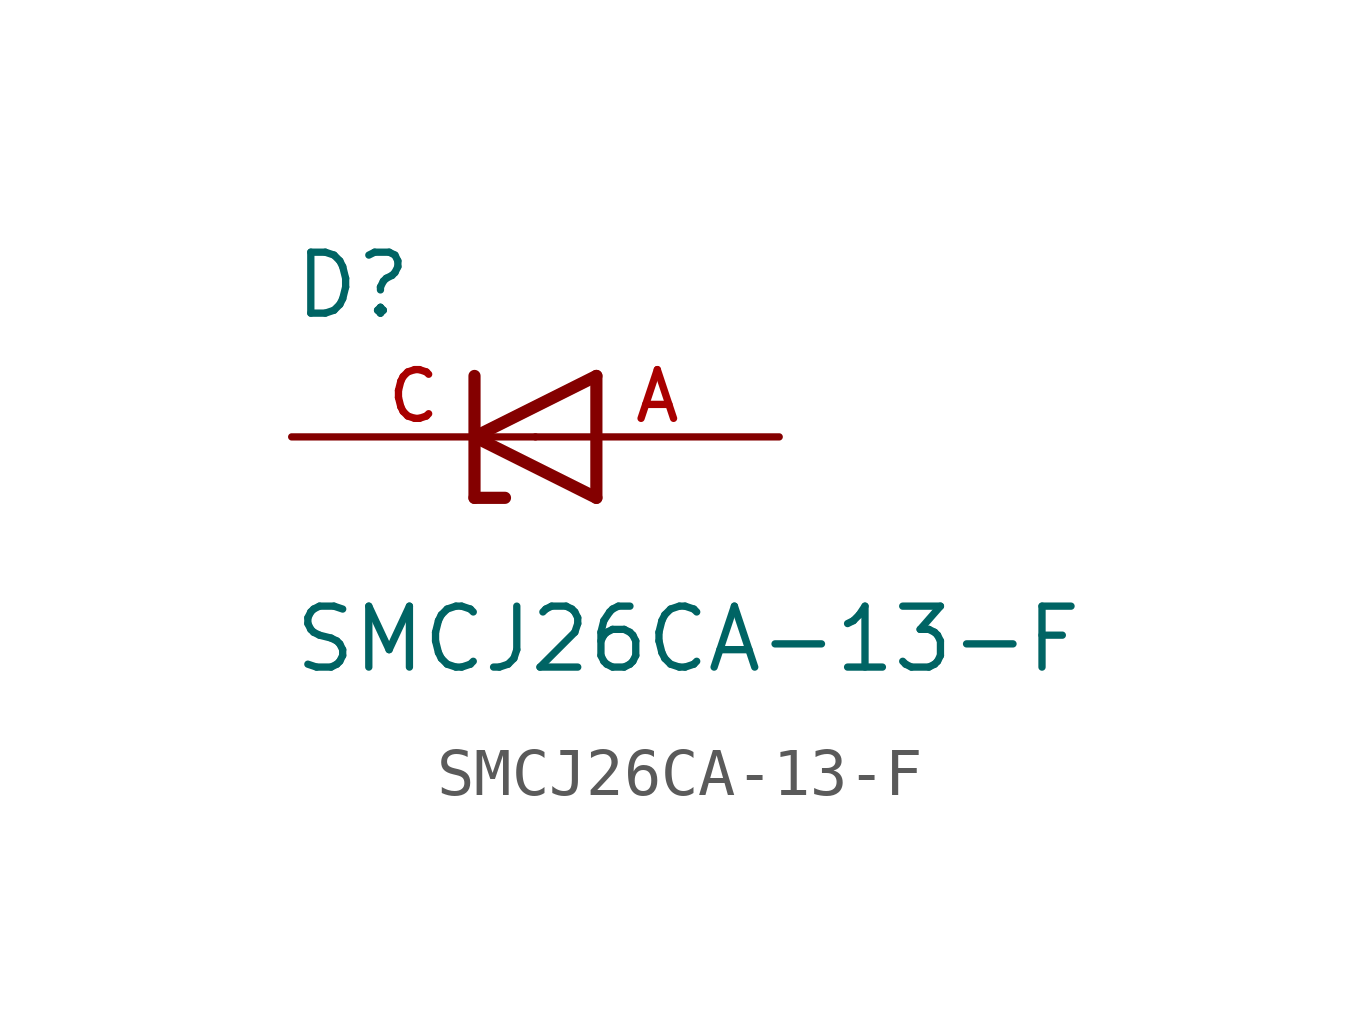
<source format=kicad_sym>
(kicad_symbol_lib
  (version 20211014)
  (generator kicad_symbol_editor)
  (symbol "SMCJ26CA-13-F"
    (pin_names
      (offset 1.016))
    (property "Reference" "D"
      (at -5.084 2.416 0)
      (effects (font (size 1.27 1.27)) (justify bottom left)))
    (property "Value" "SMCJ26CA-13-F"
      (at -5.085 -4.961 0)
      (effects (font (size 1.27 1.27)) (justify bottom left)))
    (symbol "SMCJ26CA-13-F_0_0"
      (polyline (pts (xy 1.27 1.27) (xy -1.27 0.0)) (stroke (width 0.254)))
      (polyline (pts (xy -1.27 0.0) (xy 1.27 -1.27)) (stroke (width 0.254)))
      (polyline (pts (xy -0.635 -1.27) (xy -1.27 -1.27)) (stroke (width 0.254)))
      (polyline (pts (xy -1.27 -1.27) (xy -1.27 0.0)) (stroke (width 0.254)))
      (polyline (pts (xy 1.27 -1.27) (xy 1.27 1.27)) (stroke (width 0.254)))
      (polyline (pts (xy -1.27 0.0) (xy -1.27 1.27)) (stroke (width 0.254)))
      (pin passive line (at 5.08 0.0 180.0) (length 5.08) (name "~" (effects (font (size 1.016 1.016)))) (number "A" (effects (font (size 1.016 1.016)))))
      (pin passive line (at -5.08 0.0 0) (length 5.08) (name "~" (effects (font (size 1.016 1.016)))) (number "C" (effects (font (size 1.016 1.016))))))))
</source>
